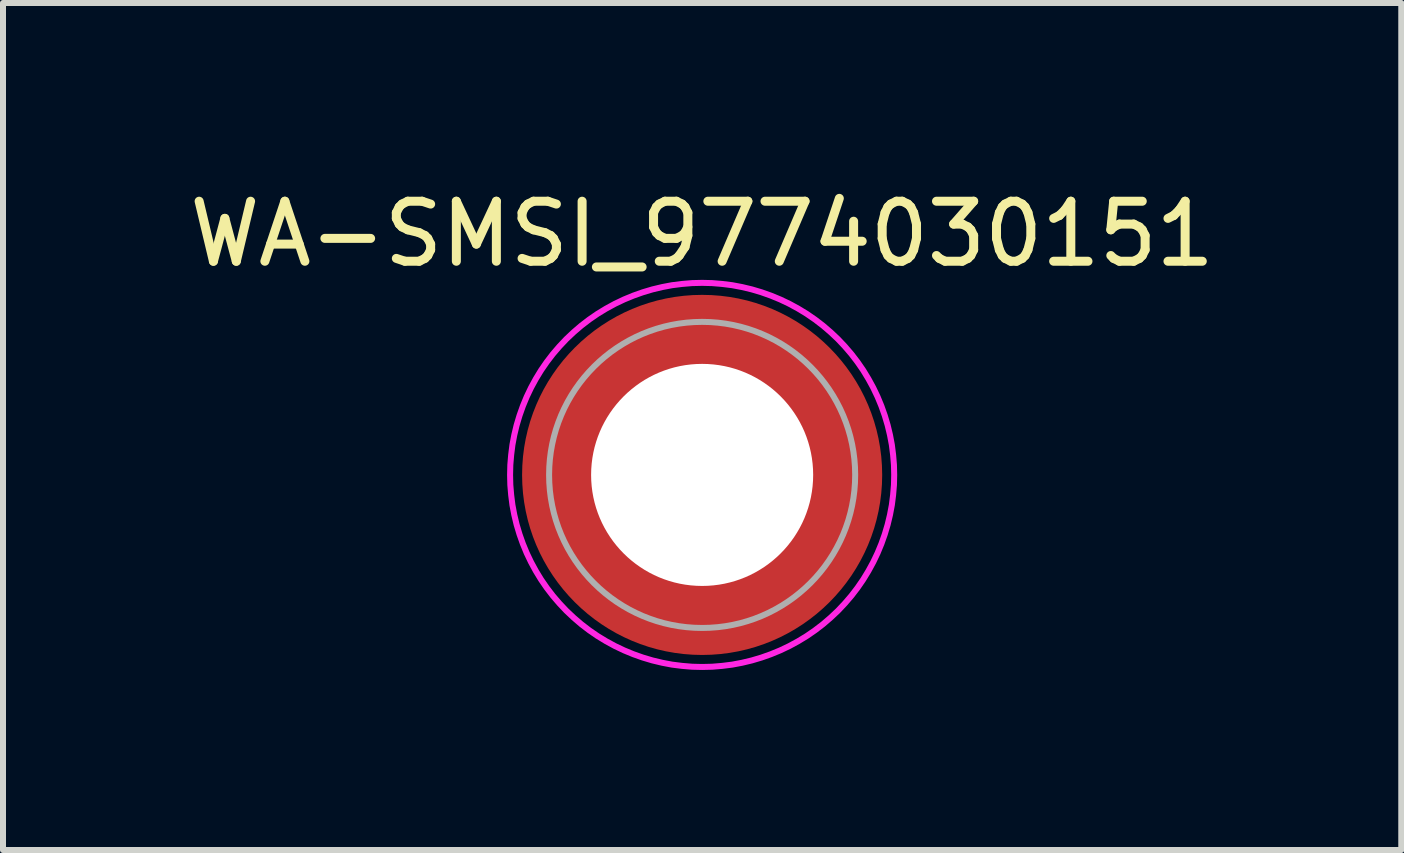
<source format=kicad_pcb>
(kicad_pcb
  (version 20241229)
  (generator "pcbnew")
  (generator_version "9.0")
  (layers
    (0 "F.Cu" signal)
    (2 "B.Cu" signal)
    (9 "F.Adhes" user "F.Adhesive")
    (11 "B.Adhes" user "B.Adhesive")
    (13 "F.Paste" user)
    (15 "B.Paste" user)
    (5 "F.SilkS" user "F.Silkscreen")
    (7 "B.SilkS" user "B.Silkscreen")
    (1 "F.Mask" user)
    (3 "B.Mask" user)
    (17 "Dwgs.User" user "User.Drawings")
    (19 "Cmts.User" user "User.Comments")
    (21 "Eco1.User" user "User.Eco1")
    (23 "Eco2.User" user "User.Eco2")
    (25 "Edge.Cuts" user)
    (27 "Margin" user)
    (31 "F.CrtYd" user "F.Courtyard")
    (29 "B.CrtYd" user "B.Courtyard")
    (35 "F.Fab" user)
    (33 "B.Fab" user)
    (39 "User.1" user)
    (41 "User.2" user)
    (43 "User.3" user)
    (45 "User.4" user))
  (footprint "WA-SMSI_9774030151"
    (layer "F.Cu")
    (at 8.649 4.863)
    (property "Reference" "WA-SMSI_9774030151" (at 0 -4.015 0) (layer "F.SilkS") (effects (font (size 1 1) (thickness 0.15))))
    (attr smd)
    (fp_poly (pts (xy -2.9 0.325) (xy -1.87 0.325) (xy -1.87 0.335) (xy -1.865 0.37) (xy -1.85 0.435) (xy -1.82 0.55) (xy -1.795 0.625) (xy -1.76 0.715) (xy -1.74 0.765) (xy -1.695 0.86) (xy -1.655 0.935) (xy -1.585 1.05) (xy -1.54 1.115) (xy -1.505 1.16) (xy -1.445 1.235) (xy -1.395 1.29) (xy -1.355 1.335) (xy -1.315 1.37) (xy -1.235 1.445) (xy -1.18 1.49) (xy -1.135 1.525) (xy -1.08 1.565) (xy -1.025 1.6) (xy -0.96 1.64) (xy -0.89 1.68) (xy -0.81 1.72) (xy -0.73 1.755) (xy -0.645 1.79) (xy -0.57 1.815) (xy -0.495 1.835) (xy -0.415 1.855) (xy -0.365 1.865) (xy -0.34 1.87) (xy -0.325 1.87) (xy -0.325 2.9) (xy -0.325 2.905) (xy -0.35 2.9) (xy -0.42 2.89) (xy -0.51 2.875) (xy -0.59 2.86) (xy -0.665 2.845) (xy -0.765 2.82) (xy -0.85 2.795) (xy -0.94 2.765) (xy -1.01 2.74) (xy -1.09 2.71) (xy -1.175 2.675) (xy -1.25 2.64) (xy -1.32 2.605) (xy -1.37 2.58) (xy -1.44 2.54) (xy -1.51 2.5) (xy -1.58 2.455) (xy -1.62 2.43) (xy -1.685 2.385) (xy -1.735 2.35) (xy -1.78 2.315) (xy -1.845 2.265) (xy -1.91 2.21) (xy -1.95 2.175) (xy -2.015 2.115) (xy -2.075 2.055) (xy -2.125 2.005) (xy -2.165 1.96) (xy -2.205 1.915) (xy -2.26 1.85) (xy -2.3 1.8) (xy -2.345 1.74) (xy -2.395 1.67) (xy -2.44 1.605) (xy -2.49 1.525) (xy -2.525 1.47) (xy -2.57 1.385) (xy -2.61 1.315) (xy -2.65 1.23) (xy -2.68 1.16) (xy -2.725 1.055) (xy -2.76 0.955) (xy -2.785 0.88) (xy -2.81 0.8) (xy -2.84 0.68) (xy -2.86 0.595) (xy -2.875 0.515) (xy -2.89 0.43) (xy -2.9 0.35)) (stroke (width 0.01) (type solid)) (fill yes) (layer "F.Paste"))
    (fp_poly (pts (xy -0.325 -2.9) (xy -0.325 -1.87) (xy -0.335 -1.87) (xy -0.37 -1.865) (xy -0.435 -1.85) (xy -0.55 -1.82) (xy -0.625 -1.795) (xy -0.715 -1.76) (xy -0.765 -1.74) (xy -0.86 -1.695) (xy -0.935 -1.655) (xy -1.05 -1.585) (xy -1.115 -1.54) (xy -1.16 -1.505) (xy -1.235 -1.445) (xy -1.29 -1.395) (xy -1.335 -1.355) (xy -1.37 -1.315) (xy -1.445 -1.235) (xy -1.49 -1.18) (xy -1.525 -1.135) (xy -1.565 -1.08) (xy -1.6 -1.025) (xy -1.64 -0.96) (xy -1.68 -0.89) (xy -1.72 -0.81) (xy -1.755 -0.73) (xy -1.79 -0.645) (xy -1.815 -0.57) (xy -1.835 -0.495) (xy -1.855 -0.415) (xy -1.865 -0.365) (xy -1.87 -0.34) (xy -1.87 -0.325) (xy -2.9 -0.325) (xy -2.905 -0.325) (xy -2.9 -0.35) (xy -2.89 -0.42) (xy -2.875 -0.51) (xy -2.86 -0.59) (xy -2.845 -0.665) (xy -2.82 -0.765) (xy -2.795 -0.85) (xy -2.765 -0.94) (xy -2.74 -1.01) (xy -2.71 -1.09) (xy -2.675 -1.175) (xy -2.64 -1.25) (xy -2.605 -1.32) (xy -2.58 -1.37) (xy -2.54 -1.44) (xy -2.5 -1.51) (xy -2.455 -1.58) (xy -2.43 -1.62) (xy -2.385 -1.685) (xy -2.35 -1.735) (xy -2.315 -1.78) (xy -2.265 -1.845) (xy -2.21 -1.91) (xy -2.175 -1.95) (xy -2.115 -2.015) (xy -2.055 -2.075) (xy -2.005 -2.125) (xy -1.96 -2.165) (xy -1.915 -2.205) (xy -1.85 -2.26) (xy -1.8 -2.3) (xy -1.74 -2.345) (xy -1.67 -2.395) (xy -1.605 -2.44) (xy -1.525 -2.49) (xy -1.47 -2.525) (xy -1.385 -2.57) (xy -1.315 -2.61) (xy -1.23 -2.65) (xy -1.16 -2.68) (xy -1.055 -2.725) (xy -0.955 -2.76) (xy -0.88 -2.785) (xy -0.8 -2.81) (xy -0.68 -2.84) (xy -0.595 -2.86) (xy -0.515 -2.875) (xy -0.43 -2.89) (xy -0.35 -2.9)) (stroke (width 0.01) (type solid)) (fill yes) (layer "F.Paste"))
    (fp_poly (pts (xy 0.325 2.9) (xy 0.325 1.87) (xy 0.335 1.87) (xy 0.37 1.865) (xy 0.435 1.85) (xy 0.55 1.82) (xy 0.625 1.795) (xy 0.715 1.76) (xy 0.765 1.74) (xy 0.86 1.695) (xy 0.935 1.655) (xy 1.05 1.585) (xy 1.115 1.54) (xy 1.16 1.505) (xy 1.235 1.445) (xy 1.29 1.395) (xy 1.335 1.355) (xy 1.37 1.315) (xy 1.445 1.235) (xy 1.49 1.18) (xy 1.525 1.135) (xy 1.565 1.08) (xy 1.6 1.025) (xy 1.64 0.96) (xy 1.68 0.89) (xy 1.72 0.81) (xy 1.755 0.73) (xy 1.79 0.645) (xy 1.815 0.57) (xy 1.835 0.495) (xy 1.855 0.415) (xy 1.865 0.365) (xy 1.87 0.34) (xy 1.87 0.325) (xy 2.9 0.325) (xy 2.905 0.325) (xy 2.9 0.35) (xy 2.89 0.42) (xy 2.875 0.51) (xy 2.86 0.59) (xy 2.845 0.665) (xy 2.82 0.765) (xy 2.795 0.85) (xy 2.765 0.94) (xy 2.74 1.01) (xy 2.71 1.09) (xy 2.675 1.175) (xy 2.64 1.25) (xy 2.605 1.32) (xy 2.58 1.37) (xy 2.54 1.44) (xy 2.5 1.51) (xy 2.455 1.58) (xy 2.43 1.62) (xy 2.385 1.685) (xy 2.35 1.735) (xy 2.315 1.78) (xy 2.265 1.845) (xy 2.21 1.91) (xy 2.175 1.95) (xy 2.115 2.015) (xy 2.055 2.075) (xy 2.005 2.125) (xy 1.96 2.165) (xy 1.915 2.205) (xy 1.85 2.26) (xy 1.8 2.3) (xy 1.74 2.345) (xy 1.67 2.395) (xy 1.605 2.44) (xy 1.525 2.49) (xy 1.47 2.525) (xy 1.385 2.57) (xy 1.315 2.61) (xy 1.23 2.65) (xy 1.16 2.68) (xy 1.055 2.725) (xy 0.955 2.76) (xy 0.88 2.785) (xy 0.8 2.81) (xy 0.68 2.84) (xy 0.595 2.86) (xy 0.515 2.875) (xy 0.43 2.89) (xy 0.35 2.9)) (stroke (width 0.01) (type solid)) (fill yes) (layer "F.Paste"))
    (fp_poly (pts (xy 2.9 -0.325) (xy 1.87 -0.325) (xy 1.87 -0.335) (xy 1.865 -0.37) (xy 1.85 -0.435) (xy 1.82 -0.55) (xy 1.795 -0.625) (xy 1.76 -0.715) (xy 1.74 -0.765) (xy 1.695 -0.86) (xy 1.655 -0.935) (xy 1.585 -1.05) (xy 1.54 -1.115) (xy 1.505 -1.16) (xy 1.445 -1.235) (xy 1.395 -1.29) (xy 1.355 -1.335) (xy 1.315 -1.37) (xy 1.235 -1.445) (xy 1.18 -1.49) (xy 1.135 -1.525) (xy 1.08 -1.565) (xy 1.025 -1.6) (xy 0.96 -1.64) (xy 0.89 -1.68) (xy 0.81 -1.72) (xy 0.73 -1.755) (xy 0.645 -1.79) (xy 0.57 -1.815) (xy 0.495 -1.835) (xy 0.415 -1.855) (xy 0.365 -1.865) (xy 0.34 -1.87) (xy 0.325 -1.87) (xy 0.325 -2.9) (xy 0.325 -2.905) (xy 0.35 -2.9) (xy 0.42 -2.89) (xy 0.51 -2.875) (xy 0.59 -2.86) (xy 0.665 -2.845) (xy 0.765 -2.82) (xy 0.85 -2.795) (xy 0.94 -2.765) (xy 1.01 -2.74) (xy 1.09 -2.71) (xy 1.175 -2.675) (xy 1.25 -2.64) (xy 1.32 -2.605) (xy 1.37 -2.58) (xy 1.44 -2.54) (xy 1.51 -2.5) (xy 1.58 -2.455) (xy 1.62 -2.43) (xy 1.685 -2.385) (xy 1.735 -2.35) (xy 1.78 -2.315) (xy 1.845 -2.265) (xy 1.91 -2.21) (xy 1.95 -2.175) (xy 2.015 -2.115) (xy 2.075 -2.055) (xy 2.125 -2.005) (xy 2.165 -1.96) (xy 2.205 -1.915) (xy 2.26 -1.85) (xy 2.3 -1.8) (xy 2.345 -1.74) (xy 2.395 -1.67) (xy 2.44 -1.605) (xy 2.49 -1.525) (xy 2.525 -1.47) (xy 2.57 -1.385) (xy 2.61 -1.315) (xy 2.65 -1.23) (xy 2.68 -1.16) (xy 2.725 -1.055) (xy 2.76 -0.955) (xy 2.785 -0.88) (xy 2.81 -0.8) (xy 2.84 -0.68) (xy 2.86 -0.595) (xy 2.875 -0.515) (xy 2.89 -0.43) (xy 2.9 -0.35)) (stroke (width 0.01) (type solid)) (fill yes) (layer "F.Paste"))
    (fp_poly (pts (xy 0 -3.2) (xy 0.167 -3.196) (xy 0.334 -3.182) (xy 0.501 -3.161) (xy 0.665 -3.13) (xy 0.828 -3.091) (xy 0.989 -3.043) (xy 1.147 -2.987) (xy 1.302 -2.923) (xy 1.453 -2.851) (xy 1.6 -2.771) (xy 1.743 -2.684) (xy 1.881 -2.589) (xy 2.014 -2.487) (xy 2.141 -2.378) (xy 2.263 -2.263) (xy 2.378 -2.141) (xy 2.487 -2.014) (xy 2.589 -1.881) (xy 2.684 -1.743) (xy 2.771 -1.6) (xy 2.851 -1.453) (xy 2.923 -1.302) (xy 2.987 -1.147) (xy 3.043 -0.989) (xy 3.091 -0.828) (xy 3.13 -0.665) (xy 3.161 -0.501) (xy 3.182 -0.334) (xy 3.196 -0.167) (xy 3.2 0) (xy 3.196 0.167) (xy 3.182 0.334) (xy 3.161 0.501) (xy 3.13 0.665) (xy 3.091 0.828) (xy 3.043 0.989) (xy 2.987 1.147) (xy 2.923 1.302) (xy 2.851 1.453) (xy 2.771 1.6) (xy 2.684 1.743) (xy 2.589 1.881) (xy 2.487 2.014) (xy 2.378 2.141) (xy 2.263 2.263) (xy 2.141 2.378) (xy 2.014 2.487) (xy 1.881 2.589) (xy 1.743 2.684) (xy 1.6 2.771) (xy 1.453 2.851) (xy 1.302 2.923) (xy 1.147 2.987) (xy 0.989 3.043) (xy 0.828 3.091) (xy 0.665 3.13) (xy 0.501 3.161) (xy 0.334 3.182) (xy 0.167 3.196) (xy 0 3.2) (xy -0.167 3.196) (xy -0.334 3.182) (xy -0.501 3.161) (xy -0.665 3.13) (xy -0.828 3.091) (xy -0.989 3.043) (xy -1.147 2.987) (xy -1.302 2.923) (xy -1.453 2.851) (xy -1.6 2.771) (xy -1.743 2.684) (xy -1.881 2.589) (xy -2.014 2.487) (xy -2.141 2.378) (xy -2.263 2.263) (xy -2.378 2.141) (xy -2.487 2.014) (xy -2.589 1.881) (xy -2.684 1.743) (xy -2.771 1.6) (xy -2.851 1.453) (xy -2.923 1.302) (xy -2.987 1.147) (xy -3.043 0.989) (xy -3.091 0.828) (xy -3.13 0.665) (xy -3.161 0.501) (xy -3.182 0.334) (xy -3.196 0.167) (xy -3.2 0) (xy -3.196 -0.167) (xy -3.182 -0.334) (xy -3.161 -0.501) (xy -3.13 -0.665) (xy -3.091 -0.828) (xy -3.043 -0.989) (xy -2.987 -1.147) (xy -2.923 -1.302) (xy -2.851 -1.453) (xy -2.771 -1.6) (xy -2.684 -1.743) (xy -2.589 -1.881) (xy -2.487 -2.014) (xy -2.378 -2.141) (xy -2.263 -2.263) (xy -2.141 -2.378) (xy -2.014 -2.487) (xy -1.881 -2.589) (xy -1.743 -2.684) (xy -1.6 -2.771) (xy -1.453 -2.851) (xy -1.302 -2.923) (xy -1.147 -2.987) (xy -0.989 -3.043) (xy -0.828 -3.091) (xy -0.665 -3.13) (xy -0.501 -3.161) (xy -0.334 -3.182) (xy -0.167 -3.196) (xy 0 -3.2)) (stroke (width 0.1) (type solid)) (fill no) (layer "F.CrtYd"))
    (fp_circle (center 0 0) (end 2.55 0) (stroke (width 0.1) (type solid)) (fill no) (layer "F.Fab"))
    (pad "" np_thru_hole circle (at 0 0) (size 3.7 3.7) (drill 3.7) (layers "*.Cu" "*.Mask"))
    (pad "1" smd circle (at 0 0) (size 6 6) (layers "F.Cu" "F.Mask")))
  (gr_rect
    (start -3 -3)
    (end 20.298 11.113)
    (stroke (width 0.1) (type default))
    (fill no)
    (layer "Edge.Cuts")))
</source>
